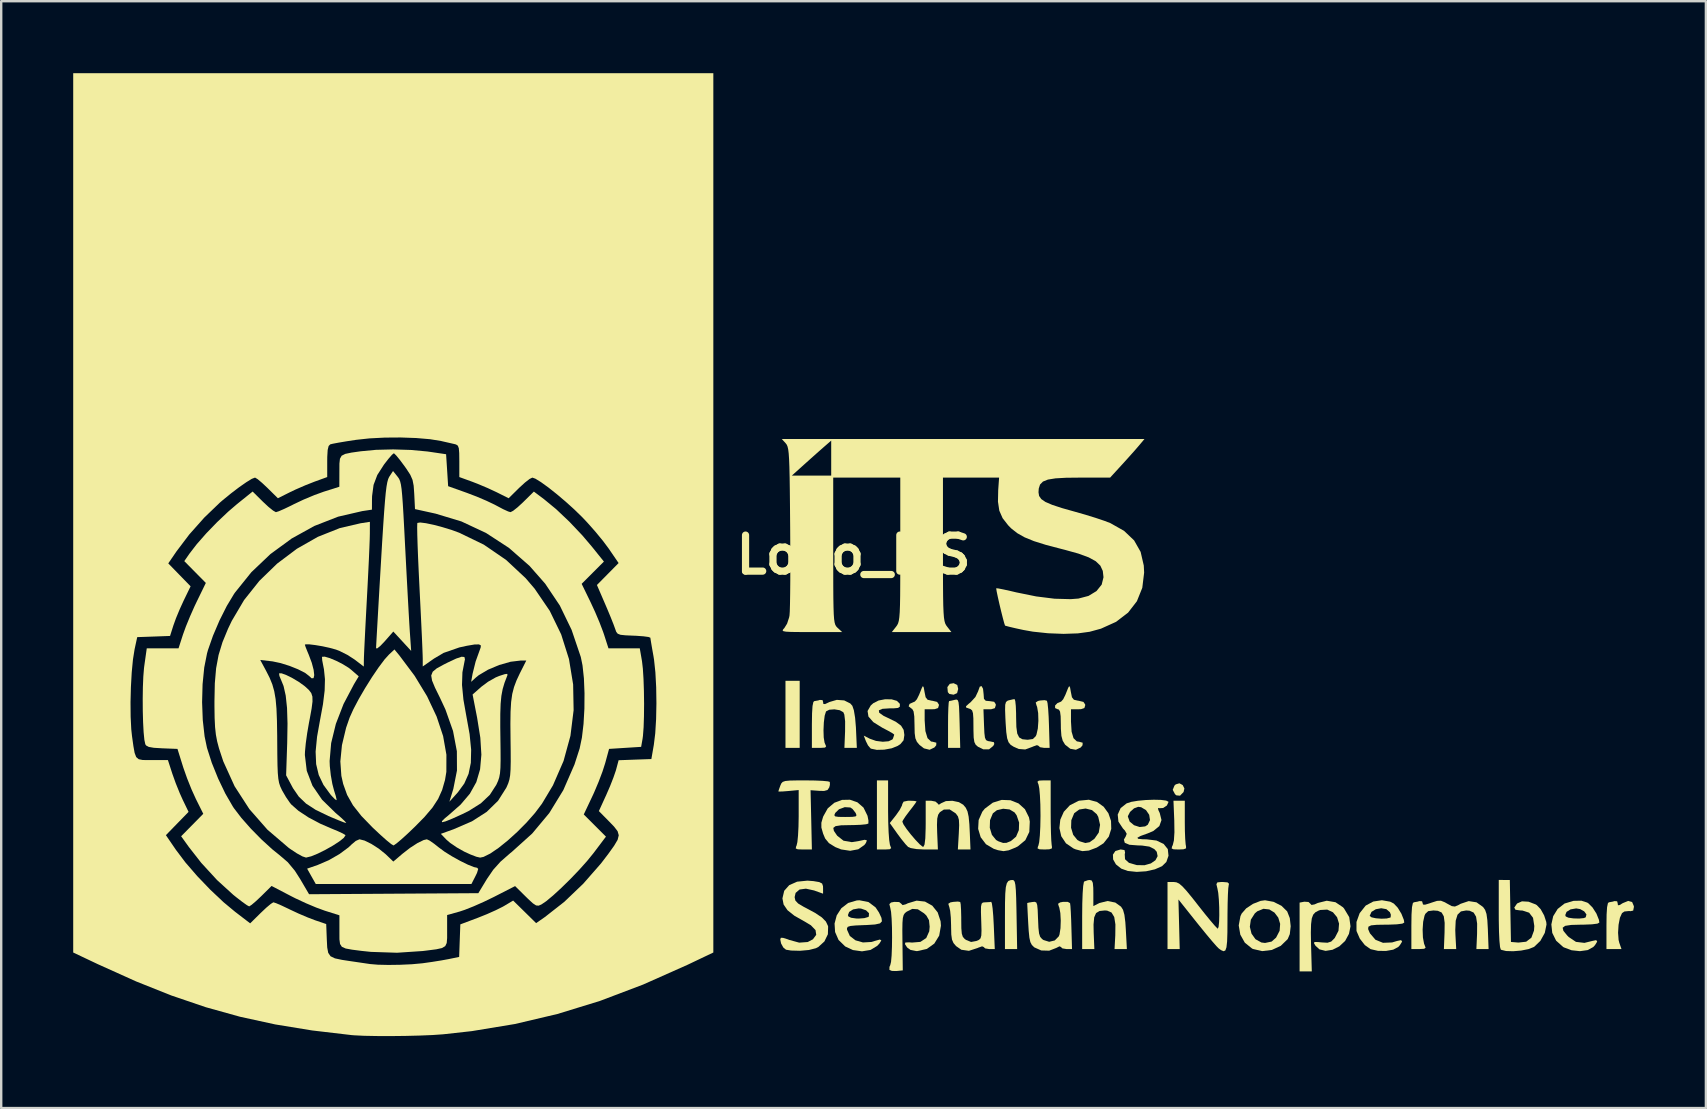
<source format=kicad_pcb>
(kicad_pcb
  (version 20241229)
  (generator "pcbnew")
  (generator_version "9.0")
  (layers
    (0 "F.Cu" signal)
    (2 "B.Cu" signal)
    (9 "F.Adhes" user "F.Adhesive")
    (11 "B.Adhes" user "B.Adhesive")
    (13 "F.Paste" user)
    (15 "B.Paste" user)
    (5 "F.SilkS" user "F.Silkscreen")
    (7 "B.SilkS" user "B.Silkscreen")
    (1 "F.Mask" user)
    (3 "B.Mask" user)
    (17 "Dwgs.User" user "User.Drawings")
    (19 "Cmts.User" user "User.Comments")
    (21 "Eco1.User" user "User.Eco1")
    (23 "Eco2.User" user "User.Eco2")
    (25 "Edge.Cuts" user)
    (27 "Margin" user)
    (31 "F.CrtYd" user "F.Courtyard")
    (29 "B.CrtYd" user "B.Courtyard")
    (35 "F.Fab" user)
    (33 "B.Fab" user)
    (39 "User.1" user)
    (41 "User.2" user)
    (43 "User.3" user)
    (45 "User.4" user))
  (footprint "Logo_ITS"
    (layer "F.Cu")
    (at 32.512 20.066)
    (property "Reference" "Logo_ITS" (at 0 0 0) (layer "F.SilkS") (effects (font (size 1.5 1.5) (thickness 0.3))))
    (attr board_only exclude_from_pos_files exclude_from_bom)
    (fp_poly (pts (xy -2.244 6.646) (xy -2.244 8.043) (xy -2.54 8.043) (xy -2.836 8.043) (xy -2.836 6.646) (xy -2.836 5.249) (xy -2.54 5.249) (xy -2.244 5.249)) (stroke (width 0) (type solid)) (fill yes) (layer "F.SilkS"))
    (fp_poly (pts (xy 4.321 5.422) (xy 4.36 5.588) (xy 4.314 5.762) (xy 4.169 5.827) (xy 3.991 5.796) (xy 3.928 5.721) (xy 3.909 5.511) (xy 4.01 5.375) (xy 4.169 5.349)) (stroke (width 0) (type solid)) (fill yes) (layer "F.SilkS"))
    (fp_poly (pts (xy 13.713 9.592) (xy 13.784 9.734) (xy 13.751 9.881) (xy 13.603 10.035) (xy 13.453 10.022) (xy 13.395 9.975) (xy 13.298 9.793) (xy 13.37 9.615) (xy 13.424 9.564) (xy 13.577 9.519)) (stroke (width 0) (type solid)) (fill yes) (layer "F.SilkS"))
    (fp_poly (pts (xy 1.439 10.674) (xy 1.445 11.147) (xy 1.461 11.561) (xy 1.485 11.882) (xy 1.515 12.079) (xy 1.527 12.113) (xy 1.567 12.219) (xy 1.509 12.266) (xy 1.319 12.277) (xy 1.294 12.277) (xy 0.974 12.277) (xy 0.974 10.837) (xy 0.974 9.398) (xy 1.206 9.398) (xy 1.439 9.398)) (stroke (width 0) (type solid)) (fill yes) (layer "F.SilkS"))
    (fp_poly (pts (xy 4.338 6.052) (xy 4.373 6.14) (xy 4.394 6.319) (xy 4.407 6.616) (xy 4.419 7.019) (xy 4.445 8.044) (xy 4.191 8.043) (xy 3.937 8.043) (xy 3.937 7.07) (xy 3.94 6.686) (xy 3.95 6.374) (xy 3.964 6.165) (xy 3.979 6.095) (xy 4.086 6.074) (xy 4.207 6.044) (xy 4.285 6.029)) (stroke (width 0) (type solid)) (fill yes) (layer "F.SilkS"))
    (fp_poly (pts (xy 6.674 13.562) (xy 6.714 13.622) (xy 6.742 13.75) (xy 6.762 13.97) (xy 6.776 14.305) (xy 6.787 14.777) (xy 6.791 14.986) (xy 6.816 16.426) (xy 6.562 16.425) (xy 6.308 16.425) (xy 6.308 15.05) (xy 6.31 14.511) (xy 6.321 14.119) (xy 6.344 13.85) (xy 6.386 13.682) (xy 6.449 13.59) (xy 6.541 13.554) (xy 6.621 13.548)) (stroke (width 0) (type solid)) (fill yes) (layer "F.SilkS"))
    (fp_poly (pts (xy 13.801 11.127) (xy 13.805 11.508) (xy 13.818 11.835) (xy 13.837 12.064) (xy 13.852 12.143) (xy 13.854 12.229) (xy 13.751 12.268) (xy 13.553 12.277) (xy 13.335 12.27) (xy 13.253 12.234) (xy 13.273 12.145) (xy 13.299 12.095) (xy 13.347 11.902) (xy 13.369 11.562) (xy 13.363 11.099) (xy 13.363 11.079) (xy 13.329 10.245) (xy 13.565 10.245) (xy 13.801 10.245)) (stroke (width 0) (type solid)) (fill yes) (layer "F.SilkS"))
    (fp_poly (pts (xy 8.213 10.703) (xy 8.216 11.165) (xy 8.225 11.573) (xy 8.238 11.895) (xy 8.255 12.096) (xy 8.264 12.143) (xy 8.266 12.229) (xy 8.163 12.268) (xy 7.965 12.277) (xy 7.748 12.269) (xy 7.666 12.232) (xy 7.685 12.145) (xy 7.702 12.113) (xy 7.735 11.969) (xy 7.762 11.694) (xy 7.781 11.325) (xy 7.789 10.9) (xy 7.789 10.837) (xy 7.783 10.407) (xy 7.765 10.028) (xy 7.739 9.737) (xy 7.707 9.573) (xy 7.702 9.562) (xy 7.662 9.453) (xy 7.723 9.407) (xy 7.913 9.398) (xy 8.213 9.398)) (stroke (width 0) (type solid)) (fill yes) (layer "F.SilkS"))
    (fp_poly (pts (xy 32.438 14.465) (xy 32.511 14.638) (xy 32.512 14.675) (xy 32.483 14.823) (xy 32.363 14.848) (xy 32.316 14.84) (xy 32.117 14.86) (xy 32.017 14.928) (xy 31.93 15.121) (xy 31.873 15.416) (xy 31.853 15.746) (xy 31.874 16.044) (xy 31.904 16.164) (xy 31.995 16.425) (xy 31.682 16.425) (xy 31.369 16.425) (xy 31.369 15.452) (xy 31.375 14.987) (xy 31.395 14.679) (xy 31.43 14.514) (xy 31.468 14.478) (xy 31.632 14.449) (xy 31.701 14.427) (xy 31.814 14.435) (xy 31.835 14.513) (xy 31.848 14.601) (xy 31.919 14.591) (xy 32.046 14.513) (xy 32.274 14.42)) (stroke (width 0) (type solid)) (fill yes) (layer "F.SilkS"))
    (fp_poly (pts (xy -16.213 4.257) (xy -16.19 4.355) (xy -16.205 4.424) (xy -16.296 4.894) (xy -16.313 5.421) (xy -16.254 6.036) (xy -16.138 6.688) (xy -15.997 7.469) (xy -15.932 8.12) (xy -15.945 8.665) (xy -16.04 9.126) (xy -16.218 9.528) (xy -16.483 9.892) (xy -16.512 9.924) (xy -16.838 10.287) (xy -16.674 9.75) (xy -16.523 8.987) (xy -16.527 8.185) (xy -16.687 7.34) (xy -17.004 6.443) (xy -17.233 5.952) (xy -17.438 5.536) (xy -17.561 5.239) (xy -17.596 5.029) (xy -17.534 4.871) (xy -17.368 4.732) (xy -17.091 4.58) (xy -16.907 4.487) (xy -16.555 4.322) (xy -16.329 4.246)) (stroke (width 0) (type solid)) (fill yes) (layer "F.SilkS"))
    (fp_poly (pts (xy -1.61 9.403) (xy -1.289 9.417) (xy -1.07 9.438) (xy -0.989 9.461) (xy -0.985 9.584) (xy -1.013 9.692) (xy -1.085 9.799) (xy -1.228 9.838) (xy -1.432 9.833) (xy -1.791 9.807) (xy -1.763 11.042) (xy -1.736 12.277) (xy -2.098 12.277) (xy -2.321 12.27) (xy -2.408 12.235) (xy -2.393 12.152) (xy -2.374 12.113) (xy -2.34 11.968) (xy -2.313 11.693) (xy -2.294 11.326) (xy -2.286 10.905) (xy -2.286 10.874) (xy -2.286 9.8) (xy -2.709 9.84) (xy -2.95 9.859) (xy -3.104 9.863) (xy -3.133 9.857) (xy -3.106 9.769) (xy -3.05 9.615) (xy -3.009 9.522) (xy -2.95 9.46) (xy -2.842 9.423) (xy -2.653 9.405) (xy -2.351 9.399) (xy -1.997 9.398)) (stroke (width 0) (type solid)) (fill yes) (layer "F.SilkS"))
    (fp_poly (pts (xy -21.819 4.305) (xy -21.554 4.416) (xy -21.28 4.556) (xy -21.041 4.703) (xy -20.944 4.778) (xy -20.616 5.062) (xy -20.812 5.388) (xy -21.249 6.216) (xy -21.569 7.044) (xy -21.765 7.845) (xy -21.829 8.592) (xy -21.821 8.803) (xy -21.78 9.18) (xy -21.715 9.547) (xy -21.644 9.818) (xy -21.573 10.045) (xy -21.539 10.195) (xy -21.541 10.224) (xy -21.607 10.184) (xy -21.738 10.049) (xy -21.795 9.983) (xy -22.086 9.584) (xy -22.282 9.173) (xy -22.39 8.721) (xy -22.412 8.199) (xy -22.352 7.579) (xy -22.235 6.925) (xy -22.106 6.228) (xy -22.036 5.658) (xy -22.023 5.182) (xy -22.065 4.769) (xy -22.095 4.617) (xy -22.137 4.399) (xy -22.146 4.264) (xy -22.141 4.248) (xy -22.03 4.243)) (stroke (width 0) (type solid)) (fill yes) (layer "F.SilkS"))
    (fp_poly (pts (xy -17.667 11.904) (xy -17.475 12.037) (xy -17.287 12.186) (xy -17.041 12.368) (xy -16.727 12.564) (xy -16.388 12.752) (xy -16.069 12.909) (xy -15.812 13.011) (xy -15.683 13.039) (xy -15.638 13.089) (xy -15.688 13.253) (xy -15.748 13.377) (xy -15.921 13.716) (xy -19.163 13.716) (xy -22.405 13.716) (xy -22.586 13.396) (xy -22.766 13.075) (xy -22.326 12.922) (xy -21.865 12.724) (xy -21.416 12.466) (xy -21.041 12.188) (xy -20.914 12.067) (xy -20.741 11.921) (xy -20.589 11.854) (xy -20.579 11.853) (xy -20.371 11.906) (xy -20.089 12.045) (xy -19.784 12.24) (xy -19.507 12.462) (xy -19.472 12.494) (xy -19.175 12.78) (xy -18.795 12.456) (xy -18.476 12.208) (xy -18.168 12.009) (xy -17.912 11.884) (xy -17.778 11.853)) (stroke (width 0) (type solid)) (fill yes) (layer "F.SilkS"))
    (fp_poly (pts (xy 9.924 13.571) (xy 9.969 13.668) (xy 9.988 13.873) (xy 9.991 14.091) (xy 9.991 14.634) (xy 10.245 14.507) (xy 10.579 14.424) (xy 10.906 14.488) (xy 11.146 14.661) (xy 11.228 14.792) (xy 11.285 14.997) (xy 11.324 15.309) (xy 11.345 15.63) (xy 11.388 16.426) (xy 11.131 16.425) (xy 10.874 16.425) (xy 10.905 15.854) (xy 10.91 15.4) (xy 10.861 15.09) (xy 10.749 14.904) (xy 10.567 14.824) (xy 10.469 14.817) (xy 10.247 14.84) (xy 10.104 14.927) (xy 10.026 15.105) (xy 9.999 15.402) (xy 10.005 15.744) (xy 10.033 16.426) (xy 9.779 16.426) (xy 9.525 16.425) (xy 9.525 15.05) (xy 9.53 14.531) (xy 9.545 14.107) (xy 9.567 13.801) (xy 9.597 13.634) (xy 9.61 13.611) (xy 9.764 13.556) (xy 9.842 13.548)) (stroke (width 0) (type solid)) (fill yes) (layer "F.SilkS"))
    (fp_poly (pts (xy -18.921 4.194) (xy -18.287 5.041) (xy -17.768 5.894) (xy -17.371 6.737) (xy -17.1 7.553) (xy -16.963 8.327) (xy -16.965 9.043) (xy -17.021 9.38) (xy -17.141 9.797) (xy -17.307 10.168) (xy -17.543 10.53) (xy -17.873 10.919) (xy -18.271 11.324) (xy -18.575 11.615) (xy -18.842 11.857) (xy -19.045 12.027) (xy -19.158 12.105) (xy -19.168 12.107) (xy -19.262 12.052) (xy -19.451 11.899) (xy -19.706 11.673) (xy -20.003 11.395) (xy -20.033 11.367) (xy -20.506 10.879) (xy -20.854 10.438) (xy -21.099 10.005) (xy -21.264 9.545) (xy -21.34 9.207) (xy -21.382 8.609) (xy -21.315 7.928) (xy -21.142 7.205) (xy -20.995 6.781) (xy -20.838 6.432) (xy -20.615 6.009) (xy -20.349 5.552) (xy -20.064 5.097) (xy -19.784 4.685) (xy -19.533 4.351) (xy -19.352 4.152) (xy -19.128 3.943)) (stroke (width 0) (type solid)) (fill yes) (layer "F.SilkS"))
    (fp_poly (pts (xy 17.498 14.457) (xy 17.829 14.623) (xy 18.066 14.855) (xy 18.176 15.135) (xy 18.213 15.476) (xy 18.176 15.804) (xy 18.088 16.011) (xy 17.798 16.292) (xy 17.427 16.463) (xy 17.025 16.511) (xy 16.642 16.422) (xy 16.603 16.403) (xy 16.303 16.161) (xy 16.114 15.826) (xy 16.058 15.498) (xy 16.511 15.498) (xy 16.581 15.783) (xy 16.746 16.015) (xy 16.993 16.152) (xy 17.145 16.171) (xy 17.417 16.114) (xy 17.605 15.948) (xy 17.752 15.663) (xy 17.774 15.376) (xy 17.695 15.115) (xy 17.537 14.906) (xy 17.323 14.775) (xy 17.077 14.748) (xy 16.821 14.852) (xy 16.718 14.94) (xy 16.552 15.203) (xy 16.511 15.498) (xy 16.058 15.498) (xy 16.048 15.442) (xy 16.119 15.057) (xy 16.171 14.945) (xy 16.359 14.73) (xy 16.645 14.541) (xy 16.96 14.418) (xy 17.144 14.393)) (stroke (width 0) (type solid)) (fill yes) (layer "F.SilkS"))
    (fp_poly (pts (xy -14.417 5.005) (xy -14.438 5.061) (xy -14.542 5.333) (xy -14.619 5.593) (xy -14.672 5.873) (xy -14.704 6.206) (xy -14.718 6.624) (xy -14.719 7.158) (xy -14.714 7.578) (xy -14.707 8.142) (xy -14.705 8.565) (xy -14.712 8.875) (xy -14.73 9.101) (xy -14.762 9.272) (xy -14.809 9.416) (xy -14.874 9.56) (xy -14.886 9.585) (xy -15.153 9.999) (xy -15.528 10.354) (xy -16.035 10.672) (xy -16.294 10.8) (xy -16.72 10.993) (xy -17.001 11.106) (xy -17.143 11.141) (xy -17.151 11.098) (xy -17.03 10.978) (xy -16.885 10.859) (xy -16.373 10.408) (xy -15.986 9.953) (xy -15.717 9.471) (xy -15.56 8.937) (xy -15.506 8.328) (xy -15.55 7.619) (xy -15.683 6.789) (xy -15.872 5.82) (xy -15.51 5.499) (xy -15.226 5.287) (xy -14.91 5.108) (xy -14.763 5.047) (xy -14.534 4.973) (xy -14.431 4.959)) (stroke (width 0) (type solid)) (fill yes) (layer "F.SilkS"))
    (fp_poly (pts (xy 2.925 5.528) (xy 2.958 5.715) (xy 3.003 5.935) (xy 3.085 6.038) (xy 3.251 6.077) (xy 3.281 6.08) (xy 3.482 6.128) (xy 3.554 6.235) (xy 3.556 6.271) (xy 3.521 6.384) (xy 3.385 6.43) (xy 3.26 6.435) (xy 2.963 6.435) (xy 2.963 6.895) (xy 2.993 7.343) (xy 3.082 7.638) (xy 3.229 7.778) (xy 3.3 7.789) (xy 3.449 7.827) (xy 3.445 7.934) (xy 3.37 8.026) (xy 3.17 8.122) (xy 2.934 8.064) (xy 2.748 7.92) (xy 2.639 7.791) (xy 2.576 7.643) (xy 2.547 7.428) (xy 2.54 7.094) (xy 2.54 7.083) (xy 2.531 6.735) (xy 2.501 6.525) (xy 2.444 6.422) (xy 2.413 6.404) (xy 2.296 6.311) (xy 2.334 6.211) (xy 2.453 6.157) (xy 2.554 6.113) (xy 2.639 6.017) (xy 2.73 5.833) (xy 2.845 5.546) (xy 2.89 5.468)) (stroke (width 0) (type solid)) (fill yes) (layer "F.SilkS"))
    (fp_poly (pts (xy 6.539 10.225) (xy 6.873 10.357) (xy 7.14 10.598) (xy 7.309 10.938) (xy 7.343 11.114) (xy 7.323 11.545) (xy 7.157 11.889) (xy 6.847 12.146) (xy 6.747 12.197) (xy 6.465 12.311) (xy 6.249 12.346) (xy 6.02 12.307) (xy 5.845 12.251) (xy 5.518 12.058) (xy 5.297 11.767) (xy 5.192 11.418) (xy 5.194 11.372) (xy 5.676 11.372) (xy 5.764 11.665) (xy 5.939 11.881) (xy 6.038 11.937) (xy 6.23 12.004) (xy 6.37 12) (xy 6.555 11.926) (xy 6.771 11.743) (xy 6.887 11.47) (xy 6.898 11.157) (xy 6.795 10.854) (xy 6.708 10.732) (xy 6.502 10.609) (xy 6.233 10.579) (xy 5.973 10.64) (xy 5.804 10.772) (xy 5.686 11.056) (xy 5.676 11.372) (xy 5.194 11.372) (xy 5.212 11.049) (xy 5.365 10.703) (xy 5.468 10.576) (xy 5.804 10.325) (xy 6.172 10.211)) (stroke (width 0) (type solid)) (fill yes) (layer "F.SilkS"))
    (fp_poly (pts (xy 10.146 10.299) (xy 10.421 10.496) (xy 10.618 10.768) (xy 10.727 11.085) (xy 10.737 11.418) (xy 10.636 11.739) (xy 10.415 12.018) (xy 10.133 12.197) (xy 9.803 12.321) (xy 9.535 12.345) (xy 9.255 12.272) (xy 9.167 12.236) (xy 8.85 12.02) (xy 8.654 11.725) (xy 8.577 11.385) (xy 8.578 11.372) (xy 9.063 11.372) (xy 9.151 11.665) (xy 9.326 11.881) (xy 9.425 11.937) (xy 9.658 12.007) (xy 9.837 11.974) (xy 10.036 11.83) (xy 10.216 11.572) (xy 10.271 11.25) (xy 10.195 10.919) (xy 10.132 10.805) (xy 9.933 10.635) (xy 9.669 10.57) (xy 9.403 10.612) (xy 9.198 10.762) (xy 9.191 10.772) (xy 9.073 11.056) (xy 9.063 11.372) (xy 8.578 11.372) (xy 8.614 11.034) (xy 8.76 10.706) (xy 9.012 10.435) (xy 9.366 10.254) (xy 9.406 10.243) (xy 9.804 10.204)) (stroke (width 0) (type solid)) (fill yes) (layer "F.SilkS"))
    (fp_poly (pts (xy 27.112 13.547) (xy 27.343 13.547) (xy 27.366 14.838) (xy 27.39 16.129) (xy 27.702 16.155) (xy 28.024 16.119) (xy 28.241 15.952) (xy 28.35 15.655) (xy 28.363 15.465) (xy 28.31 15.123) (xy 28.146 14.91) (xy 27.869 14.82) (xy 27.785 14.817) (xy 27.578 14.788) (xy 27.528 14.699) (xy 27.633 14.544) (xy 27.654 14.522) (xy 27.849 14.437) (xy 28.12 14.452) (xy 28.414 14.563) (xy 28.466 14.594) (xy 28.628 14.764) (xy 28.773 15.024) (xy 28.861 15.297) (xy 28.871 15.404) (xy 28.8 15.751) (xy 28.615 16.085) (xy 28.359 16.331) (xy 28.347 16.338) (xy 28.121 16.427) (xy 27.814 16.488) (xy 27.483 16.516) (xy 27.187 16.507) (xy 26.986 16.458) (xy 26.966 16.445) (xy 26.935 16.339) (xy 26.91 16.084) (xy 26.892 15.702) (xy 26.883 15.214) (xy 26.882 14.965) (xy 26.882 13.546)) (stroke (width 0) (type solid)) (fill yes) (layer "F.SilkS"))
    (fp_poly (pts (xy 9.021 5.528) (xy 9.054 5.715) (xy 9.099 5.935) (xy 9.181 6.038) (xy 9.347 6.077) (xy 9.377 6.08) (xy 9.578 6.128) (xy 9.65 6.235) (xy 9.652 6.271) (xy 9.617 6.384) (xy 9.481 6.43) (xy 9.356 6.435) (xy 9.059 6.435) (xy 9.059 6.948) (xy 9.085 7.37) (xy 9.165 7.641) (xy 9.304 7.773) (xy 9.401 7.789) (xy 9.546 7.828) (xy 9.54 7.936) (xy 9.466 8.026) (xy 9.264 8.122) (xy 9.031 8.081) (xy 8.818 7.913) (xy 8.811 7.905) (xy 8.714 7.745) (xy 8.66 7.542) (xy 8.638 7.245) (xy 8.636 7.058) (xy 8.629 6.727) (xy 8.604 6.533) (xy 8.555 6.448) (xy 8.509 6.435) (xy 8.398 6.385) (xy 8.397 6.278) (xy 8.494 6.178) (xy 8.549 6.157) (xy 8.65 6.113) (xy 8.735 6.017) (xy 8.826 5.833) (xy 8.941 5.546) (xy 8.986 5.468)) (stroke (width 0) (type solid)) (fill yes) (layer "F.SilkS"))
    (fp_poly (pts (xy 5.395 5.582) (xy 5.419 5.805) (xy 5.433 6.002) (xy 5.508 6.081) (xy 5.673 6.096) (xy 5.859 6.123) (xy 5.924 6.222) (xy 5.927 6.265) (xy 5.887 6.389) (xy 5.741 6.433) (xy 5.669 6.435) (xy 5.412 6.435) (xy 5.436 7.091) (xy 5.451 7.421) (xy 5.475 7.618) (xy 5.52 7.719) (xy 5.601 7.76) (xy 5.691 7.774) (xy 5.848 7.807) (xy 5.864 7.882) (xy 5.819 7.964) (xy 5.645 8.104) (xy 5.407 8.105) (xy 5.184 7.996) (xy 5.09 7.914) (xy 5.034 7.801) (xy 5.005 7.616) (xy 4.996 7.319) (xy 4.995 7.159) (xy 4.992 6.813) (xy 4.976 6.599) (xy 4.939 6.482) (xy 4.87 6.425) (xy 4.805 6.403) (xy 4.691 6.363) (xy 4.685 6.31) (xy 4.798 6.206) (xy 4.878 6.141) (xy 5.077 5.924) (xy 5.192 5.682) (xy 5.195 5.67) (xy 5.259 5.493) (xy 5.334 5.469)) (stroke (width 0) (type solid)) (fill yes) (layer "F.SilkS"))
    (fp_poly (pts (xy -23.825 4.939) (xy -23.623 5.014) (xy -23.368 5.142) (xy -23.104 5.3) (xy -22.874 5.467) (xy -22.835 5.5) (xy -22.689 5.635) (xy -22.594 5.76) (xy -22.546 5.908) (xy -22.542 6.112) (xy -22.579 6.405) (xy -22.654 6.818) (xy -22.691 7.009) (xy -22.764 7.433) (xy -22.822 7.851) (xy -22.855 8.201) (xy -22.86 8.34) (xy -22.781 9) (xy -22.543 9.62) (xy -22.143 10.204) (xy -21.581 10.753) (xy -21.352 10.95) (xy -21.195 11.098) (xy -21.137 11.171) (xy -21.141 11.175) (xy -21.245 11.143) (xy -21.463 11.057) (xy -21.756 10.935) (xy -21.881 10.881) (xy -22.412 10.624) (xy -22.81 10.365) (xy -23.112 10.076) (xy -23.351 9.729) (xy -23.398 9.643) (xy -23.641 9.186) (xy -23.596 7.836) (xy -23.583 7.033) (xy -23.603 6.381) (xy -23.658 5.864) (xy -23.748 5.466) (xy -23.844 5.23) (xy -23.92 5.049) (xy -23.935 4.942) (xy -23.932 4.938)) (stroke (width 0) (type solid)) (fill yes) (layer "F.SilkS"))
    (fp_poly (pts (xy -0.389 6.066) (xy -0.137 6.192) (xy -0.05 6.29) (xy 0.013 6.475) (xy 0.065 6.789) (xy 0.099 7.194) (xy 0.102 7.26) (xy 0.137 8.043) (xy -0.122 8.044) (xy -0.381 8.044) (xy -0.353 7.362) (xy -0.351 6.936) (xy -0.384 6.658) (xy -0.427 6.557) (xy -0.576 6.474) (xy -0.796 6.438) (xy -1.011 6.454) (xy -1.146 6.524) (xy -1.148 6.528) (xy -1.203 6.704) (xy -1.238 6.985) (xy -1.252 7.308) (xy -1.243 7.608) (xy -1.208 7.823) (xy -1.193 7.86) (xy -1.142 7.979) (xy -1.187 8.031) (xy -1.36 8.043) (xy -1.415 8.043) (xy -1.736 8.043) (xy -1.736 7.07) (xy -1.729 6.605) (xy -1.709 6.297) (xy -1.674 6.132) (xy -1.637 6.096) (xy -1.473 6.067) (xy -1.404 6.045) (xy -1.291 6.053) (xy -1.27 6.131) (xy -1.256 6.216) (xy -1.184 6.217) (xy -1.009 6.135) (xy -1.006 6.133) (xy -0.698 6.043)) (stroke (width 0) (type solid)) (fill yes) (layer "F.SilkS"))
    (fp_poly (pts (xy -19.033 -3.301) (xy -18.976 -3.229) (xy -18.929 -3.156) (xy -18.891 -3.062) (xy -18.859 -2.931) (xy -18.831 -2.743) (xy -18.806 -2.482) (xy -18.78 -2.128) (xy -18.752 -1.664) (xy -18.72 -1.072) (xy -18.682 -0.332) (xy -18.671 -0.127) (xy -18.635 0.565) (xy -18.599 1.241) (xy -18.565 1.87) (xy -18.534 2.424) (xy -18.508 2.875) (xy -18.488 3.193) (xy -18.484 3.251) (xy -18.431 4.004) (xy -18.803 3.6) (xy -19.175 3.197) (xy -19.536 3.607) (xy -19.717 3.796) (xy -19.846 3.899) (xy -19.894 3.893) (xy -19.894 3.892) (xy -19.889 3.783) (xy -19.875 3.523) (xy -19.853 3.132) (xy -19.824 2.628) (xy -19.79 2.029) (xy -19.751 1.356) (xy -19.708 0.626) (xy -19.693 0.373) (xy -19.642 -0.492) (xy -19.597 -1.203) (xy -19.558 -1.778) (xy -19.523 -2.231) (xy -19.491 -2.579) (xy -19.459 -2.838) (xy -19.426 -3.023) (xy -19.391 -3.152) (xy -19.352 -3.239) (xy -19.341 -3.257) (xy -19.187 -3.492)) (stroke (width 0) (type solid)) (fill yes) (layer "F.SilkS"))
    (fp_poly (pts (xy 1.589 6.022) (xy 1.807 6.085) (xy 1.924 6.202) (xy 1.93 6.227) (xy 1.927 6.328) (xy 1.854 6.379) (xy 1.673 6.396) (xy 1.515 6.396) (xy 1.204 6.416) (xy 1.055 6.479) (xy 1.069 6.579) (xy 1.25 6.708) (xy 1.411 6.785) (xy 1.763 6.957) (xy 1.98 7.118) (xy 2.088 7.295) (xy 2.117 7.507) (xy 2.084 7.727) (xy 1.956 7.882) (xy 1.841 7.96) (xy 1.589 8.061) (xy 1.275 8.118) (xy 0.968 8.126) (xy 0.735 8.078) (xy 0.704 8.061) (xy 0.602 7.94) (xy 0.515 7.765) (xy 0.426 7.533) (xy 0.675 7.661) (xy 0.935 7.753) (xy 1.215 7.788) (xy 1.461 7.768) (xy 1.619 7.692) (xy 1.642 7.655) (xy 1.687 7.521) (xy 1.693 7.487) (xy 1.624 7.435) (xy 1.442 7.331) (xy 1.196 7.202) (xy 0.825 6.971) (xy 0.621 6.739) (xy 0.584 6.507) (xy 0.716 6.278) (xy 0.821 6.183) (xy 1.045 6.069) (xy 1.318 6.017)) (stroke (width 0) (type solid)) (fill yes) (layer "F.SilkS"))
    (fp_poly (pts (xy 20.079 14.474) (xy 20.39 14.683) (xy 20.435 14.733) (xy 20.652 15.095) (xy 20.705 15.478) (xy 20.641 15.792) (xy 20.481 16.087) (xy 20.24 16.312) (xy 19.956 16.455) (xy 19.667 16.501) (xy 19.411 16.438) (xy 19.246 16.287) (xy 19.182 16.177) (xy 19.207 16.131) (xy 19.351 16.133) (xy 19.498 16.148) (xy 19.746 16.162) (xy 19.901 16.113) (xy 20.036 15.978) (xy 20.052 15.958) (xy 20.204 15.664) (xy 20.228 15.367) (xy 20.145 15.099) (xy 19.974 14.893) (xy 19.735 14.781) (xy 19.446 14.797) (xy 19.372 14.824) (xy 19.242 14.893) (xy 19.151 14.992) (xy 19.092 15.149) (xy 19.062 15.391) (xy 19.053 15.743) (xy 19.061 16.233) (xy 19.064 16.333) (xy 19.092 17.357) (xy 18.838 17.357) (xy 18.584 17.357) (xy 18.584 15.923) (xy 18.584 14.49) (xy 18.782 14.452) (xy 18.956 14.464) (xy 19.022 14.526) (xy 19.081 14.588) (xy 19.209 14.564) (xy 19.344 14.504) (xy 19.716 14.412)) (stroke (width 0) (type solid)) (fill yes) (layer "F.SilkS"))
    (fp_poly (pts (xy -1.672 13.594) (xy -1.429 13.635) (xy -1.31 13.695) (xy -1.273 13.804) (xy -1.27 13.883) (xy -1.27 14.118) (xy -1.643 13.984) (xy -1.985 13.909) (xy -2.25 13.945) (xy -2.414 14.086) (xy -2.455 14.263) (xy -2.424 14.404) (xy -2.309 14.527) (xy -2.074 14.667) (xy -2.011 14.699) (xy -1.599 14.92) (xy -1.321 15.107) (xy -1.152 15.279) (xy -1.067 15.458) (xy -1.059 15.489) (xy -1.069 15.808) (xy -1.215 16.109) (xy -1.468 16.339) (xy -1.569 16.39) (xy -1.859 16.464) (xy -2.231 16.497) (xy -2.602 16.487) (xy -2.815 16.452) (xy -2.928 16.359) (xy -3.019 16.192) (xy -3.053 16.027) (xy -3.029 15.955) (xy -2.934 15.959) (xy -2.745 16.018) (xy -2.683 16.043) (xy -2.264 16.158) (xy -1.909 16.132) (xy -1.692 16.018) (xy -1.555 15.832) (xy -1.584 15.636) (xy -1.777 15.435) (xy -2.026 15.285) (xy -2.464 15.037) (xy -2.754 14.805) (xy -2.914 14.569) (xy -2.963 14.314) (xy -2.889 13.998) (xy -2.68 13.763) (xy -2.351 13.618) (xy -1.923 13.575)) (stroke (width 0) (type solid)) (fill yes) (layer "F.SilkS"))
    (fp_poly (pts (xy 6.738 6.09) (xy 6.76 6.299) (xy 6.772 6.601) (xy 6.773 6.756) (xy 6.783 7.171) (xy 6.82 7.446) (xy 6.9 7.607) (xy 7.036 7.684) (xy 7.244 7.705) (xy 7.258 7.705) (xy 7.473 7.674) (xy 7.591 7.557) (xy 7.622 7.487) (xy 7.678 7.238) (xy 7.701 6.917) (xy 7.692 6.594) (xy 7.649 6.339) (xy 7.622 6.269) (xy 7.59 6.152) (xy 7.682 6.09) (xy 7.77 6.07) (xy 7.958 6.055) (xy 8.058 6.081) (xy 8.083 6.184) (xy 8.108 6.42) (xy 8.129 6.752) (xy 8.142 7.091) (xy 8.17 8.044) (xy 7.938 8.043) (xy 7.769 8.016) (xy 7.705 7.956) (xy 7.641 7.93) (xy 7.478 7.987) (xy 7.455 7.999) (xy 7.153 8.11) (xy 6.881 8.089) (xy 6.669 7.995) (xy 6.543 7.914) (xy 6.457 7.807) (xy 6.4 7.643) (xy 6.363 7.388) (xy 6.337 7.011) (xy 6.326 6.801) (xy 6.314 6.458) (xy 6.319 6.247) (xy 6.351 6.133) (xy 6.415 6.079) (xy 6.47 6.061) (xy 6.641 6.022) (xy 6.71 6.012)) (stroke (width 0) (type solid)) (fill yes) (layer "F.SilkS"))
    (fp_poly (pts (xy 13.34 13.631) (xy 13.453 13.645) (xy 13.566 13.698) (xy 13.7 13.812) (xy 13.878 14.006) (xy 14.119 14.3) (xy 14.356 14.602) (xy 14.628 14.946) (xy 14.866 15.237) (xy 15.049 15.451) (xy 15.158 15.564) (xy 15.177 15.576) (xy 15.209 15.5) (xy 15.23 15.299) (xy 15.238 15.014) (xy 15.235 14.688) (xy 15.22 14.365) (xy 15.195 14.087) (xy 15.161 13.906) (xy 15.118 13.723) (xy 15.158 13.647) (xy 15.321 13.631) (xy 15.382 13.631) (xy 15.58 13.647) (xy 15.643 13.704) (xy 15.63 13.765) (xy 15.612 13.893) (xy 15.597 14.158) (xy 15.586 14.526) (xy 15.58 14.964) (xy 15.579 15.205) (xy 15.576 15.732) (xy 15.564 16.109) (xy 15.537 16.352) (xy 15.491 16.482) (xy 15.418 16.516) (xy 15.315 16.472) (xy 15.219 16.404) (xy 15.118 16.302) (xy 14.936 16.094) (xy 14.695 15.806) (xy 14.418 15.465) (xy 14.308 15.329) (xy 13.536 14.359) (xy 13.563 15.392) (xy 13.589 16.426) (xy 13.335 16.425) (xy 13.081 16.425) (xy 13.081 15.028) (xy 13.081 13.631)) (stroke (width 0) (type solid)) (fill yes) (layer "F.SilkS"))
    (fp_poly (pts (xy 7.616 14.488) (xy 7.652 14.591) (xy 7.672 14.796) (xy 7.685 15.136) (xy 7.687 15.177) (xy 7.703 15.54) (xy 7.729 15.773) (xy 7.775 15.915) (xy 7.851 16.005) (xy 7.908 16.047) (xy 8.151 16.123) (xy 8.384 16.066) (xy 8.55 15.897) (xy 8.581 15.818) (xy 8.622 15.556) (xy 8.633 15.236) (xy 8.616 14.927) (xy 8.572 14.696) (xy 8.553 14.651) (xy 8.52 14.54) (xy 8.604 14.483) (xy 8.731 14.458) (xy 8.923 14.458) (xy 9.021 14.512) (xy 9.021 14.513) (xy 9.036 14.631) (xy 9.052 14.88) (xy 9.067 15.219) (xy 9.076 15.515) (xy 9.102 16.426) (xy 8.869 16.425) (xy 8.7 16.397) (xy 8.636 16.336) (xy 8.579 16.311) (xy 8.448 16.378) (xy 8.151 16.493) (xy 7.82 16.484) (xy 7.53 16.354) (xy 7.524 16.348) (xy 7.43 16.256) (xy 7.367 16.136) (xy 7.326 15.951) (xy 7.297 15.663) (xy 7.278 15.354) (xy 7.259 15) (xy 7.245 14.718) (xy 7.237 14.544) (xy 7.236 14.507) (xy 7.311 14.488) (xy 7.451 14.465) (xy 7.552 14.457)) (stroke (width 0) (type solid)) (fill yes) (layer "F.SilkS"))
    (fp_poly (pts (xy 0.624 14.468) (xy 0.919 14.691) (xy 1.059 14.902) (xy 1.162 15.124) (xy 1.183 15.269) (xy 1.101 15.356) (xy 0.896 15.401) (xy 0.547 15.424) (xy 0.445 15.427) (xy 0.089 15.442) (xy -0.128 15.463) (xy -0.239 15.498) (xy -0.274 15.558) (xy -0.271 15.621) (xy -0.155 15.88) (xy 0.08 16.061) (xy 0.392 16.15) (xy 0.744 16.13) (xy 0.895 16.084) (xy 1.097 16.028) (xy 1.158 16.066) (xy 1.077 16.196) (xy 0.986 16.293) (xy 0.707 16.462) (xy 0.352 16.52) (xy -0.025 16.467) (xy -0.347 16.317) (xy -0.625 16.045) (xy -0.769 15.715) (xy -0.791 15.363) (xy -0.701 15.022) (xy -0.694 15.011) (xy -0.234 15.011) (xy -0.214 15.067) (xy -0.103 15.121) (xy 0.113 15.152) (xy 0.212 15.155) (xy 0.45 15.137) (xy 0.61 15.09) (xy 0.637 15.067) (xy 0.643 14.93) (xy 0.521 14.811) (xy 0.312 14.739) (xy 0.212 14.732) (xy -0.02 14.774) (xy -0.183 14.878) (xy -0.234 15.011) (xy -0.694 15.011) (xy -0.509 14.725) (xy -0.226 14.506) (xy 0.138 14.399) (xy 0.248 14.393)) (stroke (width 0) (type solid)) (fill yes) (layer "F.SilkS"))
    (fp_poly (pts (xy 30.565 14.488) (xy 30.612 14.516) (xy 30.789 14.693) (xy 30.952 14.949) (xy 31.056 15.209) (xy 31.073 15.322) (xy 30.992 15.366) (xy 30.764 15.395) (xy 30.41 15.409) (xy 30.311 15.409) (xy 29.901 15.42) (xy 29.649 15.458) (xy 29.544 15.536) (xy 29.574 15.665) (xy 29.728 15.854) (xy 29.796 15.924) (xy 30.099 16.126) (xy 30.451 16.168) (xy 30.771 16.089) (xy 30.942 16.053) (xy 30.983 16.115) (xy 30.892 16.262) (xy 30.819 16.341) (xy 30.586 16.468) (xy 30.264 16.513) (xy 29.913 16.475) (xy 29.592 16.354) (xy 29.565 16.338) (xy 29.272 16.076) (xy 29.111 15.751) (xy 29.073 15.4) (xy 29.15 15.055) (xy 29.179 15.009) (xy 29.653 15.009) (xy 29.673 15.067) (xy 29.783 15.118) (xy 29.992 15.148) (xy 30.23 15.155) (xy 30.427 15.135) (xy 30.505 15.102) (xy 30.535 14.982) (xy 30.442 14.855) (xy 30.27 14.759) (xy 30.106 14.732) (xy 29.871 14.773) (xy 29.706 14.876) (xy 29.653 15.009) (xy 29.179 15.009) (xy 29.336 14.754) (xy 29.622 14.529) (xy 29.994 14.417) (xy 30.323 14.41)) (stroke (width 0) (type solid)) (fill yes) (layer "F.SilkS"))
    (fp_poly (pts (xy 4.445 14.464) (xy 4.465 14.563) (xy 4.479 14.788) (xy 4.487 15.097) (xy 4.487 15.21) (xy 4.491 15.56) (xy 4.51 15.782) (xy 4.553 15.916) (xy 4.63 16.004) (xy 4.688 16.045) (xy 4.897 16.13) (xy 5.117 16.089) (xy 5.225 16.042) (xy 5.291 15.978) (xy 5.323 15.86) (xy 5.331 15.653) (xy 5.322 15.319) (xy 5.319 15.24) (xy 5.308 14.879) (xy 5.311 14.655) (xy 5.336 14.535) (xy 5.388 14.487) (xy 5.476 14.478) (xy 5.482 14.478) (xy 5.661 14.469) (xy 5.736 14.457) (xy 5.764 14.527) (xy 5.794 14.735) (xy 5.821 15.048) (xy 5.842 15.431) (xy 5.884 16.426) (xy 5.652 16.426) (xy 5.483 16.398) (xy 5.419 16.338) (xy 5.355 16.312) (xy 5.192 16.369) (xy 5.169 16.381) (xy 4.806 16.499) (xy 4.49 16.454) (xy 4.272 16.302) (xy 4.164 16.175) (xy 4.101 16.03) (xy 4.072 15.819) (xy 4.064 15.492) (xy 4.064 15.45) (xy 4.053 15.117) (xy 4.026 14.836) (xy 3.987 14.662) (xy 3.981 14.651) (xy 3.948 14.539) (xy 4.034 14.482) (xy 4.151 14.46) (xy 4.343 14.446)) (stroke (width 0) (type solid)) (fill yes) (layer "F.SilkS"))
    (fp_poly (pts (xy 2.977 14.448) (xy 3.279 14.617) (xy 3.505 14.897) (xy 3.627 15.268) (xy 3.641 15.452) (xy 3.568 15.867) (xy 3.364 16.198) (xy 3.054 16.42) (xy 2.659 16.509) (xy 2.617 16.51) (xy 2.375 16.462) (xy 2.235 16.362) (xy 2.14 16.217) (xy 2.16 16.152) (xy 2.317 16.145) (xy 2.437 16.155) (xy 2.786 16.126) (xy 3.028 15.966) (xy 3.154 15.685) (xy 3.171 15.494) (xy 3.143 15.222) (xy 3.035 15.031) (xy 2.936 14.935) (xy 2.679 14.768) (xy 2.447 14.752) (xy 2.216 14.867) (xy 2.139 14.928) (xy 2.087 15.007) (xy 2.054 15.131) (xy 2.038 15.332) (xy 2.033 15.638) (xy 2.037 16.08) (xy 2.038 16.158) (xy 2.051 17.314) (xy 1.796 17.34) (xy 1.601 17.337) (xy 1.495 17.294) (xy 1.496 17.169) (xy 1.528 17.099) (xy 1.562 16.96) (xy 1.586 16.694) (xy 1.6 16.341) (xy 1.605 15.941) (xy 1.601 15.537) (xy 1.587 15.169) (xy 1.563 14.877) (xy 1.529 14.704) (xy 1.492 14.554) (xy 1.562 14.486) (xy 1.696 14.46) (xy 1.9 14.467) (xy 1.983 14.532) (xy 2.044 14.594) (xy 2.176 14.56) (xy 2.261 14.518) (xy 2.628 14.408)) (stroke (width 0) (type solid)) (fill yes) (layer "F.SilkS"))
    (fp_poly (pts (xy 22.357 14.451) (xy 22.511 14.531) (xy 22.674 14.704) (xy 22.827 14.956) (xy 22.927 15.209) (xy 22.945 15.322) (xy 22.864 15.366) (xy 22.636 15.395) (xy 22.282 15.409) (xy 22.183 15.409) (xy 21.8 15.415) (xy 21.563 15.438) (xy 21.451 15.494) (xy 21.439 15.593) (xy 21.505 15.748) (xy 21.519 15.775) (xy 21.745 16.038) (xy 22.058 16.165) (xy 22.438 16.15) (xy 22.643 16.089) (xy 22.814 16.053) (xy 22.855 16.115) (xy 22.764 16.262) (xy 22.691 16.341) (xy 22.486 16.45) (xy 22.184 16.504) (xy 21.85 16.5) (xy 21.548 16.431) (xy 21.538 16.427) (xy 21.302 16.26) (xy 21.093 15.991) (xy 20.961 15.687) (xy 20.954 15.66) (xy 20.954 15.297) (xy 21.045 15.045) (xy 21.505 15.045) (xy 21.58 15.103) (xy 21.763 15.143) (xy 21.994 15.161) (xy 22.213 15.152) (xy 22.361 15.114) (xy 22.377 15.102) (xy 22.386 14.994) (xy 22.346 14.89) (xy 22.199 14.763) (xy 21.984 14.725) (xy 21.759 14.766) (xy 21.58 14.875) (xy 21.505 15.041) (xy 21.505 15.045) (xy 21.045 15.045) (xy 21.086 14.931) (xy 21.329 14.625) (xy 21.348 14.608) (xy 21.654 14.445) (xy 22.013 14.391)) (stroke (width 0) (type solid)) (fill yes) (layer "F.SilkS"))
    (fp_poly (pts (xy 0.16 10.311) (xy 0.415 10.532) (xy 0.58 10.869) (xy 0.582 10.875) (xy 0.621 11.074) (xy 0.618 11.196) (xy 0.618 11.197) (xy 0.523 11.226) (xy 0.3 11.248) (xy -0.009 11.26) (xy -0.132 11.261) (xy -0.517 11.269) (xy -0.749 11.304) (xy -0.844 11.378) (xy -0.818 11.504) (xy -0.687 11.695) (xy -0.679 11.705) (xy -0.417 11.911) (xy -0.072 11.971) (xy 0.23 11.922) (xy 0.466 11.872) (xy 0.557 11.898) (xy 0.513 12.009) (xy 0.447 12.093) (xy 0.195 12.269) (xy -0.141 12.331) (xy -0.519 12.274) (xy -0.762 12.176) (xy -1.025 12.012) (xy -1.183 11.819) (xy -1.267 11.62) (xy -1.34 11.365) (xy -1.341 11.162) (xy -1.268 10.911) (xy -1.267 10.909) (xy -1.233 10.846) (xy -0.801 10.846) (xy -0.767 10.897) (xy -0.631 10.918) (xy -0.359 10.922) (xy -0.339 10.922) (xy -0.058 10.918) (xy 0.086 10.899) (xy 0.124 10.851) (xy 0.089 10.76) (xy 0.082 10.748) (xy -0.042 10.589) (xy -0.133 10.527) (xy -0.366 10.513) (xy -0.607 10.602) (xy -0.763 10.754) (xy -0.801 10.846) (xy -1.233 10.846) (xy -1.075 10.564) (xy -0.802 10.331) (xy -0.482 10.211) (xy -0.15 10.204)) (stroke (width 0) (type solid)) (fill yes) (layer "F.SilkS"))
    (fp_poly (pts (xy 24.636 14.477) (xy 24.73 14.531) (xy 24.924 14.636) (xy 25.056 14.654) (xy 25.21 14.587) (xy 25.292 14.54) (xy 25.629 14.427) (xy 25.955 14.478) (xy 26.228 14.673) (xy 26.314 14.795) (xy 26.371 14.963) (xy 26.406 15.218) (xy 26.428 15.598) (xy 26.429 15.642) (xy 26.458 16.425) (xy 26.204 16.426) (xy 25.95 16.426) (xy 25.978 15.797) (xy 25.981 15.366) (xy 25.937 15.077) (xy 25.836 14.906) (xy 25.666 14.828) (xy 25.522 14.817) (xy 25.306 14.857) (xy 25.164 14.993) (xy 25.088 15.243) (xy 25.07 15.628) (xy 25.078 15.854) (xy 25.109 16.425) (xy 24.852 16.426) (xy 24.596 16.426) (xy 24.623 15.744) (xy 24.628 15.332) (xy 24.592 15.061) (xy 24.502 14.903) (xy 24.344 14.831) (xy 24.16 14.817) (xy 23.943 14.845) (xy 23.824 14.956) (xy 23.789 15.034) (xy 23.732 15.289) (xy 23.71 15.615) (xy 23.722 15.942) (xy 23.769 16.198) (xy 23.794 16.262) (xy 23.834 16.368) (xy 23.776 16.414) (xy 23.586 16.425) (xy 23.561 16.425) (xy 23.241 16.425) (xy 23.241 15.452) (xy 23.247 14.987) (xy 23.267 14.679) (xy 23.302 14.514) (xy 23.34 14.478) (xy 23.504 14.449) (xy 23.573 14.427) (xy 23.687 14.434) (xy 23.707 14.501) (xy 23.726 14.571) (xy 23.812 14.577) (xy 24.003 14.519) (xy 24.074 14.494) (xy 24.311 14.418) (xy 24.472 14.411)) (stroke (width 0) (type solid)) (fill yes) (layer "F.SilkS"))
    (fp_poly (pts (xy 3.231 10.245) (xy 3.412 10.28) (xy 3.496 10.351) (xy 3.553 10.414) (xy 3.647 10.351) (xy 3.846 10.261) (xy 4.118 10.248) (xy 4.389 10.305) (xy 4.57 10.412) (xy 4.676 10.538) (xy 4.748 10.692) (xy 4.795 10.909) (xy 4.826 11.226) (xy 4.845 11.62) (xy 4.872 12.277) (xy 4.609 12.277) (xy 4.346 12.277) (xy 4.385 11.61) (xy 4.4 11.265) (xy 4.39 11.044) (xy 4.35 10.9) (xy 4.27 10.79) (xy 4.244 10.763) (xy 4.001 10.607) (xy 3.76 10.614) (xy 3.596 10.724) (xy 3.525 10.83) (xy 3.486 10.992) (xy 3.476 11.251) (xy 3.484 11.571) (xy 3.514 12.277) (xy 2.958 12.277) (xy 2.633 12.261) (xy 2.383 12.218) (xy 2.274 12.171) (xy 2.158 12.048) (xy 1.987 11.836) (xy 1.827 11.621) (xy 1.51 11.176) (xy 1.771 10.846) (xy 1.924 10.627) (xy 2.018 10.442) (xy 2.032 10.381) (xy 2.086 10.283) (xy 2.267 10.246) (xy 2.328 10.245) (xy 2.524 10.252) (xy 2.622 10.271) (xy 2.625 10.275) (xy 2.576 10.352) (xy 2.452 10.52) (xy 2.329 10.677) (xy 2.167 10.893) (xy 2.059 11.058) (xy 2.033 11.119) (xy 2.083 11.235) (xy 2.212 11.426) (xy 2.388 11.652) (xy 2.579 11.875) (xy 2.752 12.057) (xy 2.875 12.159) (xy 2.908 12.167) (xy 2.958 12.069) (xy 2.99 11.811) (xy 3.004 11.39) (xy 3.006 11.189) (xy 3.006 10.245)) (stroke (width 0) (type solid)) (fill yes) (layer "F.SilkS"))
    (fp_poly (pts (xy 12.806 10.211) (xy 13.024 10.239) (xy 13.122 10.289) (xy 13.123 10.298) (xy 13.054 10.445) (xy 12.899 10.548) (xy 12.753 10.557) (xy 12.684 10.549) (xy 12.698 10.631) (xy 12.757 10.757) (xy 12.83 11.05) (xy 12.741 11.301) (xy 12.494 11.504) (xy 12.256 11.606) (xy 11.959 11.713) (xy 11.826 11.787) (xy 11.855 11.831) (xy 12.047 11.851) (xy 12.209 11.853) (xy 12.622 11.904) (xy 12.921 12.046) (xy 13.093 12.262) (xy 13.122 12.538) (xy 13.032 12.797) (xy 12.853 12.972) (xy 12.557 13.103) (xy 12.189 13.185) (xy 11.797 13.21) (xy 11.429 13.172) (xy 11.157 13.076) (xy 10.932 12.897) (xy 10.815 12.69) (xy 10.807 12.491) (xy 10.908 12.341) (xy 11.121 12.277) (xy 11.138 12.277) (xy 11.289 12.301) (xy 11.313 12.408) (xy 11.299 12.473) (xy 11.311 12.683) (xy 11.474 12.832) (xy 11.791 12.925) (xy 11.802 12.927) (xy 12.12 12.933) (xy 12.388 12.857) (xy 12.579 12.724) (xy 12.669 12.554) (xy 12.632 12.372) (xy 12.532 12.261) (xy 12.326 12.157) (xy 12.015 12.112) (xy 11.841 12.107) (xy 11.494 12.08) (xy 11.3 11.998) (xy 11.264 11.864) (xy 11.34 11.733) (xy 11.381 11.624) (xy 11.306 11.489) (xy 11.222 11.399) (xy 11.036 11.116) (xy 11.015 10.907) (xy 11.43 10.907) (xy 11.504 11.114) (xy 11.687 11.266) (xy 11.921 11.341) (xy 12.151 11.315) (xy 12.26 11.244) (xy 12.351 11.051) (xy 12.318 10.833) (xy 12.186 10.638) (xy 11.983 10.516) (xy 11.862 10.499) (xy 11.686 10.563) (xy 11.519 10.713) (xy 11.432 10.883) (xy 11.43 10.907) (xy 11.015 10.907) (xy 11.006 10.823) (xy 11.127 10.554) (xy 11.377 10.356) (xy 11.569 10.293) (xy 11.85 10.246) (xy 12.177 10.216) (xy 12.51 10.204)) (stroke (width 0) (type solid)) (fill yes) (layer "F.SilkS"))
    (fp_poly (pts (xy -17.815 -1.317) (xy -17.491 -1.249) (xy -17.121 -1.151) (xy -16.741 -1.034) (xy -16.429 -0.92) (xy -15.405 -0.424) (xy -14.481 0.209) (xy -13.66 0.975) (xy -13.286 1.412) (xy -12.658 2.333) (xy -12.181 3.316) (xy -11.856 4.344) (xy -11.683 5.401) (xy -11.663 6.472) (xy -11.795 7.539) (xy -12.082 8.588) (xy -12.523 9.602) (xy -12.982 10.369) (xy -13.272 10.755) (xy -13.623 11.153) (xy -14.011 11.544) (xy -14.409 11.904) (xy -14.792 12.212) (xy -15.137 12.447) (xy -15.418 12.586) (xy -15.558 12.615) (xy -15.716 12.579) (xy -15.965 12.483) (xy -16.224 12.364) (xy -16.53 12.191) (xy -16.807 12.002) (xy -16.961 11.869) (xy -17.195 11.625) (xy -16.662 11.433) (xy -15.898 11.103) (xy -15.285 10.71) (xy -14.812 10.248) (xy -14.47 9.708) (xy -14.448 9.662) (xy -14.384 9.513) (xy -14.338 9.362) (xy -14.307 9.181) (xy -14.29 8.942) (xy -14.283 8.615) (xy -14.285 8.172) (xy -14.291 7.683) (xy -14.297 7.038) (xy -14.29 6.53) (xy -14.266 6.127) (xy -14.22 5.798) (xy -14.146 5.51) (xy -14.041 5.231) (xy -13.9 4.93) (xy -13.879 4.889) (xy -13.634 4.403) (xy -13.865 4.404) (xy -14.289 4.455) (xy -14.765 4.591) (xy -15.229 4.786) (xy -15.615 5.015) (xy -15.734 5.111) (xy -15.932 5.292) (xy -15.872 4.953) (xy -15.745 4.443) (xy -15.55 3.901) (xy -15.539 3.873) (xy -15.526 3.777) (xy -15.605 3.732) (xy -15.793 3.736) (xy -16.111 3.79) (xy -16.423 3.858) (xy -17.08 4.086) (xy -17.477 4.321) (xy -17.949 4.651) (xy -17.949 4.337) (xy -17.953 4.175) (xy -17.965 3.868) (xy -17.983 3.439) (xy -18.008 2.911) (xy -18.037 2.309) (xy -18.07 1.655) (xy -18.084 1.371) (xy -18.116 0.718) (xy -18.143 0.12) (xy -18.163 -0.401) (xy -18.176 -0.826) (xy -18.181 -1.134) (xy -18.177 -1.303) (xy -18.172 -1.329) (xy -18.055 -1.347)) (stroke (width 0) (type solid)) (fill yes) (layer "F.SilkS"))
    (fp_poly (pts (xy -20.153 -0.877) (xy -20.158 -0.657) (xy -20.172 -0.297) (xy -20.192 0.174) (xy -20.219 0.728) (xy -20.25 1.335) (xy -20.278 1.863) (xy -20.311 2.477) (xy -20.341 3.048) (xy -20.366 3.55) (xy -20.386 3.958) (xy -20.398 4.246) (xy -20.402 4.381) (xy -20.405 4.656) (xy -20.781 4.368) (xy -21.085 4.171) (xy -21.422 4.002) (xy -21.565 3.948) (xy -21.827 3.876) (xy -22.129 3.81) (xy -22.427 3.76) (xy -22.675 3.73) (xy -22.83 3.729) (xy -22.86 3.746) (xy -22.829 3.842) (xy -22.751 4.038) (xy -22.7 4.159) (xy -22.572 4.5) (xy -22.495 4.793) (xy -22.47 5.013) (xy -22.498 5.138) (xy -22.579 5.144) (xy -22.682 5.049) (xy -22.855 4.916) (xy -23.145 4.769) (xy -23.5 4.627) (xy -23.87 4.511) (xy -24.205 4.44) (xy -24.238 4.436) (xy -24.719 4.38) (xy -24.474 4.836) (xy -24.328 5.124) (xy -24.217 5.396) (xy -24.136 5.682) (xy -24.079 6.012) (xy -24.043 6.414) (xy -24.023 6.919) (xy -24.013 7.556) (xy -24.012 7.747) (xy -24.008 8.328) (xy -24.001 8.767) (xy -23.988 9.092) (xy -23.966 9.328) (xy -23.934 9.504) (xy -23.887 9.647) (xy -23.824 9.783) (xy -23.805 9.821) (xy -23.648 10.092) (xy -23.483 10.332) (xy -23.424 10.404) (xy -23.127 10.665) (xy -22.711 10.94) (xy -22.217 11.202) (xy -21.78 11.392) (xy -21.491 11.511) (xy -21.275 11.612) (xy -21.171 11.678) (xy -21.167 11.685) (xy -21.238 11.792) (xy -21.428 11.943) (xy -21.696 12.117) (xy -22.006 12.292) (xy -22.318 12.447) (xy -22.595 12.561) (xy -22.798 12.611) (xy -22.818 12.612) (xy -22.963 12.564) (xy -23.196 12.436) (xy -23.472 12.253) (xy -23.537 12.206) (xy -24.42 11.451) (xy -25.173 10.593) (xy -25.788 9.642) (xy -26.259 8.606) (xy -26.436 8.069) (xy -26.514 7.775) (xy -26.567 7.494) (xy -26.601 7.183) (xy -26.62 6.8) (xy -26.627 6.305) (xy -26.627 6.096) (xy -26.612 5.353) (xy -26.558 4.728) (xy -26.455 4.174) (xy -26.293 3.641) (xy -26.062 3.081) (xy -25.905 2.752) (xy -25.393 1.885) (xy -24.755 1.084) (xy -24.015 0.366) (xy -23.195 -0.251) (xy -22.318 -0.75) (xy -21.406 -1.113) (xy -20.535 -1.316) (xy -20.151 -1.374)) (stroke (width 0) (type solid)) (fill yes) (layer "F.SilkS"))
    (fp_poly (pts (xy 11.891 -4.551) (xy 11.722 -4.355) (xy 11.483 -4.087) (xy 11.223 -3.799) (xy 11.175 -3.747) (xy 10.69 -3.217) (xy 9.446 -3.217) (xy 8.855 -3.211) (xy 8.413 -3.186) (xy 8.098 -3.135) (xy 7.891 -3.052) (xy 7.77 -2.928) (xy 7.716 -2.758) (xy 7.706 -2.605) (xy 7.731 -2.453) (xy 7.822 -2.322) (xy 7.998 -2.201) (xy 8.281 -2.08) (xy 8.69 -1.946) (xy 9.201 -1.802) (xy 9.65 -1.674) (xy 10.084 -1.54) (xy 10.452 -1.416) (xy 10.702 -1.32) (xy 11.27 -0.999) (xy 11.689 -0.601) (xy 11.961 -0.122) (xy 12.092 0.446) (xy 12.107 0.74) (xy 12.03 1.375) (xy 11.805 1.934) (xy 11.439 2.408) (xy 10.938 2.792) (xy 10.308 3.077) (xy 9.836 3.206) (xy 9.345 3.273) (xy 8.749 3.293) (xy 8.105 3.268) (xy 7.472 3.201) (xy 7.082 3.132) (xy 6.75 3.06) (xy 6.488 2.998) (xy 6.335 2.957) (xy 6.312 2.948) (xy 6.279 2.852) (xy 6.222 2.641) (xy 6.151 2.359) (xy 6.077 2.049) (xy 6.011 1.756) (xy 5.963 1.526) (xy 5.944 1.403) (xy 5.945 1.393) (xy 6.032 1.401) (xy 6.247 1.443) (xy 6.554 1.511) (xy 6.783 1.565) (xy 7.609 1.733) (xy 8.376 1.829) (xy 9.048 1.847) (xy 9.371 1.822) (xy 9.789 1.712) (xy 10.121 1.511) (xy 10.338 1.242) (xy 10.414 0.934) (xy 10.384 0.67) (xy 10.283 0.452) (xy 10.092 0.268) (xy 9.793 0.104) (xy 9.366 -0.052) (xy 8.793 -0.211) (xy 8.659 -0.245) (xy 8.018 -0.413) (xy 7.517 -0.57) (xy 7.127 -0.729) (xy 6.821 -0.902) (xy 6.57 -1.1) (xy 6.442 -1.23) (xy 6.21 -1.528) (xy 6.073 -1.84) (xy 6.017 -2.215) (xy 6.027 -2.701) (xy 6.028 -2.712) (xy 6.064 -3.217) (xy 4.895 -3.217) (xy 3.725 -3.217) (xy 3.725 -0.223) (xy 3.726 0.569) (xy 3.727 1.209) (xy 3.731 1.715) (xy 3.738 2.106) (xy 3.75 2.397) (xy 3.766 2.608) (xy 3.789 2.756) (xy 3.818 2.858) (xy 3.856 2.932) (xy 3.901 2.994) (xy 4.076 3.217) (xy 2.836 3.217) (xy 1.596 3.217) (xy 1.772 2.994) (xy 1.818 2.93) (xy 1.856 2.854) (xy 1.885 2.751) (xy 1.907 2.601) (xy 1.924 2.388) (xy 1.935 2.093) (xy 1.942 1.698) (xy 1.945 1.187) (xy 1.947 0.542) (xy 1.947 -0.223) (xy 1.947 -3.217) (xy 0.55 -3.217) (xy -0.847 -3.217) (xy -0.847 -0.173) (xy -0.846 0.625) (xy -0.845 1.271) (xy -0.842 1.782) (xy -0.835 2.175) (xy -0.825 2.468) (xy -0.81 2.678) (xy -0.788 2.821) (xy -0.76 2.916) (xy -0.723 2.98) (xy -0.678 3.03) (xy -0.661 3.045) (xy -0.476 3.217) (xy -1.762 3.217) (xy -2.252 3.217) (xy -2.595 3.213) (xy -2.812 3.202) (xy -2.925 3.181) (xy -2.956 3.148) (xy -2.927 3.098) (xy -2.885 3.054) (xy -2.769 2.867) (xy -2.683 2.604) (xy -2.668 2.525) (xy -2.657 2.36) (xy -2.648 2.046) (xy -2.641 1.605) (xy -2.636 1.057) (xy -2.635 0.423) (xy -2.636 -0.276) (xy -2.64 -1.019) (xy -2.641 -1.155) (xy -2.648 -1.994) (xy -2.655 -2.681) (xy -2.663 -3.23) (xy -2.665 -3.302) (xy -2.569 -3.302) (xy -1.75 -3.302) (xy -0.931 -3.302) (xy -0.931 -4.03) (xy -0.931 -4.759) (xy -1.249 -4.482) (xy -1.474 -4.284) (xy -1.763 -4.027) (xy -2.056 -3.764) (xy -2.068 -3.754) (xy -2.569 -3.302) (xy -2.665 -3.302) (xy -2.673 -3.66) (xy -2.686 -3.986) (xy -2.702 -4.225) (xy -2.723 -4.394) (xy -2.749 -4.508) (xy -2.781 -4.585) (xy -2.821 -4.64) (xy -2.828 -4.648) (xy -2.99 -4.826) (xy 4.566 -4.826) (xy 12.122 -4.826)) (stroke (width 0) (type solid)) (fill yes) (layer "F.SilkS"))
    (fp_poly (pts (xy -5.842 -1.749) (xy -5.842 16.569) (xy -6.921 17.083) (xy -8.769 17.905) (xy -10.565 18.586) (xy -12.336 19.13) (xy -14.108 19.548) (xy -15.909 19.845) (xy -17.103 19.977) (xy -17.535 20.007) (xy -18.071 20.029) (xy -18.668 20.044) (xy -19.282 20.051) (xy -19.87 20.049) (xy -20.391 20.039) (xy -20.801 20.019) (xy -20.913 20.01) (xy -22.56 19.816) (xy -24.097 19.565) (xy -25.56 19.246) (xy -26.988 18.848) (xy -28.419 18.361) (xy -29.891 17.774) (xy -31.442 17.075) (xy -31.476 17.06) (xy -32.512 16.569) (xy -32.512 6.141) (xy -30.124 6.141) (xy -30.119 6.743) (xy -30.093 7.267) (xy -30.063 7.546) (xy -30.004 7.969) (xy -29.953 8.254) (xy -29.887 8.427) (xy -29.782 8.516) (xy -29.617 8.549) (xy -29.368 8.552) (xy -29.221 8.551) (xy -28.566 8.551) (xy -28.381 9.123) (xy -28.241 9.514) (xy -28.072 9.933) (xy -27.951 10.202) (xy -27.706 10.71) (xy -28.178 11.195) (xy -28.65 11.68) (xy -28.232 12.292) (xy -27.837 12.816) (xy -27.344 13.386) (xy -26.799 13.954) (xy -26.247 14.474) (xy -25.773 14.868) (xy -25.139 15.354) (xy -24.695 14.916) (xy -24.469 14.703) (xy -24.284 14.547) (xy -24.176 14.479) (xy -24.17 14.478) (xy -24.061 14.513) (xy -23.842 14.607) (xy -23.558 14.741) (xy -23.489 14.775) (xy -23.123 14.946) (xy -22.742 15.108) (xy -22.43 15.227) (xy -21.971 15.383) (xy -21.946 16.03) (xy -21.929 16.362) (xy -21.887 16.584) (xy -21.79 16.725) (xy -21.608 16.813) (xy -21.311 16.876) (xy -20.997 16.924) (xy -20.657 16.974) (xy -20.358 17.018) (xy -20.16 17.047) (xy -20.151 17.049) (xy -19.821 17.077) (xy -19.38 17.087) (xy -18.888 17.08) (xy -18.4 17.058) (xy -17.976 17.019) (xy -17.949 17.016) (xy -17.56 16.961) (xy -17.167 16.898) (xy -16.873 16.844) (xy -16.432 16.753) (xy -16.408 16.075) (xy -16.383 15.397) (xy -15.656 15.124) (xy -15.277 14.972) (xy -14.909 14.808) (xy -14.618 14.663) (xy -14.556 14.628) (xy -14.182 14.405) (xy -13.703 14.875) (xy -13.225 15.345) (xy -12.857 15.089) (xy -12.052 14.458) (xy -11.26 13.701) (xy -10.522 12.858) (xy -10.221 12.464) (xy -9.975 12.12) (xy -9.829 11.873) (xy -9.782 11.684) (xy -9.831 11.514) (xy -9.977 11.324) (xy -10.165 11.129) (xy -10.611 10.677) (xy -10.302 10.001) (xy -10.144 9.637) (xy -10.004 9.279) (xy -9.905 8.992) (xy -9.891 8.942) (xy -9.788 8.558) (xy -9.106 8.533) (xy -8.424 8.509) (xy -8.321 7.916) (xy -8.262 7.437) (xy -8.226 6.842) (xy -8.213 6.186) (xy -8.223 5.52) (xy -8.256 4.898) (xy -8.312 4.372) (xy -8.334 4.233) (xy -8.393 3.901) (xy -8.438 3.635) (xy -8.463 3.477) (xy -8.465 3.454) (xy -8.544 3.423) (xy -8.752 3.395) (xy -9.05 3.373) (xy -9.158 3.369) (xy -9.499 3.354) (xy -9.709 3.332) (xy -9.826 3.287) (xy -9.888 3.207) (xy -9.93 3.09) (xy -9.998 2.904) (xy -10.114 2.61) (xy -10.261 2.257) (xy -10.351 2.047) (xy -10.692 1.257) (xy -10.24 0.8) (xy -9.789 0.343) (xy -10.197 -0.254) (xy -10.435 -0.574) (xy -10.748 -0.955) (xy -11.087 -1.338) (xy -11.292 -1.556) (xy -11.626 -1.882) (xy -11.992 -2.213) (xy -12.364 -2.528) (xy -12.716 -2.807) (xy -13.022 -3.028) (xy -13.255 -3.172) (xy -13.382 -3.217) (xy -13.497 -3.161) (xy -13.688 -3.013) (xy -13.916 -2.805) (xy -13.935 -2.787) (xy -14.37 -2.357) (xy -14.869 -2.607) (xy -15.24 -2.78) (xy -15.657 -2.956) (xy -15.896 -3.048) (xy -16.425 -3.24) (xy -16.425 -3.904) (xy -16.429 -4.239) (xy -16.446 -4.441) (xy -16.487 -4.548) (xy -16.562 -4.597) (xy -16.616 -4.612) (xy -16.817 -4.658) (xy -17.09 -4.72) (xy -17.187 -4.743) (xy -17.645 -4.817) (xy -18.221 -4.866) (xy -18.866 -4.889) (xy -19.533 -4.884) (xy -20.171 -4.851) (xy -20.723 -4.791) (xy -21.116 -4.731) (xy -21.455 -4.674) (xy -21.699 -4.628) (xy -21.803 -4.602) (xy -21.87 -4.533) (xy -21.91 -4.37) (xy -21.927 -4.083) (xy -21.929 -3.897) (xy -21.929 -3.24) (xy -22.458 -3.048) (xy -22.841 -2.897) (xy -23.255 -2.717) (xy -23.485 -2.607) (xy -23.984 -2.357) (xy -24.419 -2.787) (xy -24.644 -2.998) (xy -24.827 -3.152) (xy -24.934 -3.217) (xy -24.938 -3.217) (xy -25.071 -3.166) (xy -25.301 -3.024) (xy -25.6 -2.816) (xy -25.936 -2.56) (xy -26.279 -2.28) (xy -26.402 -2.175) (xy -27.048 -1.554) (xy -27.676 -0.848) (xy -28.212 -0.139) (xy -28.551 0.357) (xy -28.086 0.835) (xy -27.621 1.312) (xy -27.909 1.905) (xy -28.074 2.266) (xy -28.229 2.64) (xy -28.337 2.939) (xy -28.477 3.38) (xy -29.161 3.405) (xy -29.845 3.429) (xy -29.955 3.937) (xy -30.022 4.358) (xy -30.074 4.899) (xy -30.108 5.51) (xy -30.124 6.141) (xy -32.512 6.141) (xy -32.512 -1.748) (xy -32.512 -20.066) (xy -19.177 -20.066) (xy -5.842 -20.066)) (stroke (width 0) (type solid)) (fill yes) (layer "F.SilkS"))
    (fp_poly (pts (xy -18.441 -4.369) (xy -17.759 -4.306) (xy -17.653 -4.291) (xy -16.976 -4.191) (xy -16.933 -3.525) (xy -16.891 -2.86) (xy -16.106 -2.58) (xy -15.7 -2.425) (xy -15.294 -2.252) (xy -14.956 -2.091) (xy -14.858 -2.039) (xy -14.599 -1.902) (xy -14.391 -1.807) (xy -14.291 -1.778) (xy -14.183 -1.834) (xy -13.997 -1.981) (xy -13.771 -2.189) (xy -13.753 -2.207) (xy -13.319 -2.635) (xy -12.904 -2.324) (xy -12.39 -1.901) (xy -11.84 -1.38) (xy -11.3 -0.81) (xy -10.906 -0.346) (xy -10.401 0.281) (xy -10.865 0.745) (xy -11.328 1.209) (xy -10.956 1.974) (xy -10.767 2.383) (xy -10.584 2.816) (xy -10.438 3.199) (xy -10.397 3.317) (xy -10.211 3.895) (xy -9.559 3.895) (xy -8.907 3.895) (xy -8.814 4.431) (xy -8.778 4.742) (xy -8.751 5.171) (xy -8.734 5.675) (xy -8.727 6.209) (xy -8.732 6.728) (xy -8.747 7.187) (xy -8.774 7.543) (xy -8.79 7.662) (xy -8.85 8.001) (xy -9.518 8.043) (xy -10.186 8.086) (xy -10.347 8.678) (xy -10.46 9.03) (xy -10.622 9.458) (xy -10.804 9.89) (xy -10.875 10.044) (xy -11.24 10.817) (xy -10.778 11.279) (xy -10.316 11.741) (xy -10.835 12.429) (xy -11.101 12.756) (xy -11.431 13.125) (xy -11.796 13.506) (xy -12.167 13.87) (xy -12.514 14.189) (xy -12.808 14.434) (xy -13.006 14.568) (xy -13.121 14.617) (xy -13.226 14.608) (xy -13.358 14.522) (xy -13.555 14.341) (xy -13.657 14.241) (xy -14.101 13.802) (xy -14.995 14.259) (xy -15.409 14.459) (xy -15.829 14.645) (xy -16.198 14.791) (xy -16.411 14.862) (xy -16.933 15.008) (xy -16.933 15.669) (xy -16.933 15.969) (xy -16.95 16.173) (xy -17.012 16.303) (xy -17.147 16.383) (xy -17.382 16.435) (xy -17.745 16.482) (xy -17.947 16.507) (xy -19.021 16.579) (xy -20.106 16.543) (xy -20.489 16.503) (xy -20.894 16.451) (xy -21.161 16.402) (xy -21.319 16.331) (xy -21.395 16.213) (xy -21.42 16.022) (xy -21.421 15.733) (xy -21.421 15.678) (xy -21.421 15.019) (xy -22.035 14.825) (xy -22.387 14.696) (xy -22.817 14.515) (xy -23.255 14.311) (xy -23.448 14.213) (xy -24.247 13.796) (xy -24.678 14.222) (xy -24.9 14.431) (xy -25.079 14.583) (xy -25.178 14.647) (xy -25.182 14.647) (xy -25.275 14.597) (xy -25.465 14.462) (xy -25.717 14.267) (xy -25.846 14.163) (xy -26.519 13.55) (xy -27.176 12.835) (xy -27.692 12.175) (xy -28.015 11.726) (xy -27.554 11.258) (xy -27.093 10.79) (xy -27.403 10.168) (xy -27.582 9.774) (xy -27.768 9.309) (xy -27.924 8.867) (xy -27.94 8.816) (xy -28.168 8.086) (xy -28.808 8.061) (xy -29.153 8.04) (xy -29.364 8.003) (xy -29.475 7.943) (xy -29.508 7.892) (xy -29.547 7.709) (xy -29.578 7.392) (xy -29.6 6.979) (xy -29.613 6.504) (xy -29.615 6.141) (xy -27.142 6.141) (xy -27.114 6.883) (xy -27.038 7.564) (xy -26.938 8.043) (xy -26.738 8.667) (xy -26.473 9.323) (xy -26.173 9.949) (xy -25.865 10.481) (xy -25.816 10.556) (xy -25.507 10.959) (xy -25.107 11.412) (xy -24.662 11.864) (xy -24.22 12.267) (xy -23.927 12.503) (xy -23.572 12.807) (xy -23.277 13.162) (xy -23.056 13.508) (xy -22.685 14.141) (xy -19.159 14.119) (xy -15.633 14.097) (xy -15.273 13.503) (xy -15.011 13.12) (xy -14.707 12.782) (xy -14.309 12.434) (xy -14.235 12.375) (xy -13.389 11.612) (xy -12.677 10.759) (xy -12.092 9.803) (xy -11.627 8.736) (xy -11.412 8.07) (xy -11.317 7.614) (xy -11.25 7.046) (xy -11.214 6.413) (xy -11.209 5.764) (xy -11.234 5.146) (xy -11.292 4.608) (xy -11.363 4.26) (xy -11.747 3.126) (xy -12.238 2.112) (xy -12.849 1.201) (xy -13.501 0.46) (xy -14.359 -0.29) (xy -15.313 -0.911) (xy -16.339 -1.391) (xy -17.414 -1.716) (xy -17.442 -1.722) (xy -18.272 -1.905) (xy -18.303 -2.54) (xy -18.327 -2.879) (xy -18.374 -3.121) (xy -18.468 -3.335) (xy -18.634 -3.59) (xy -18.714 -3.702) (xy -18.901 -3.953) (xy -19.055 -4.14) (xy -19.145 -4.228) (xy -19.153 -4.231) (xy -19.23 -4.169) (xy -19.374 -4.004) (xy -19.556 -3.77) (xy -19.567 -3.755) (xy -19.842 -3.326) (xy -19.998 -2.914) (xy -20.06 -2.446) (xy -20.064 -2.274) (xy -20.066 -1.882) (xy -20.468 -1.822) (xy -21.475 -1.589) (xy -22.464 -1.203) (xy -23.412 -0.678) (xy -24.296 -0.03) (xy -25.09 0.725) (xy -25.771 1.572) (xy -25.811 1.629) (xy -26.114 2.132) (xy -26.417 2.735) (xy -26.688 3.37) (xy -26.898 3.97) (xy -26.936 4.106) (xy -27.053 4.697) (xy -27.122 5.394) (xy -27.142 6.141) (xy -29.615 6.141) (xy -29.616 6.005) (xy -29.609 5.516) (xy -29.591 5.074) (xy -29.562 4.716) (xy -29.551 4.631) (xy -29.447 3.895) (xy -28.785 3.895) (xy -28.123 3.895) (xy -27.939 3.323) (xy -27.817 2.986) (xy -27.646 2.569) (xy -27.456 2.14) (xy -27.371 1.962) (xy -26.986 1.171) (xy -27.435 0.717) (xy -27.884 0.262) (xy -27.661 -0.059) (xy -27.359 -0.45) (xy -26.964 -0.899) (xy -26.515 -1.363) (xy -26.054 -1.799) (xy -25.682 -2.118) (xy -25.036 -2.637) (xy -24.602 -2.207) (xy -24.375 -1.996) (xy -24.184 -1.843) (xy -24.07 -1.778) (xy -24.065 -1.778) (xy -23.947 -1.815) (xy -23.721 -1.913) (xy -23.429 -2.053) (xy -23.32 -2.109) (xy -22.916 -2.3) (xy -22.466 -2.488) (xy -22.064 -2.634) (xy -22.05 -2.638) (xy -21.424 -2.836) (xy -21.422 -3.487) (xy -21.421 -3.797) (xy -21.399 -4.002) (xy -21.328 -4.129) (xy -21.178 -4.205) (xy -20.92 -4.259) (xy -20.532 -4.314) (xy -19.901 -4.374) (xy -19.179 -4.392)) (stroke (width 0) (type solid)) (fill yes) (layer "F.SilkS")))
  (gr_rect
    (start -3 -3)
    (end 68.024 43.117)
    (stroke (width 0.1) (type default))
    (fill no)
    (layer "Edge.Cuts")))
</source>
